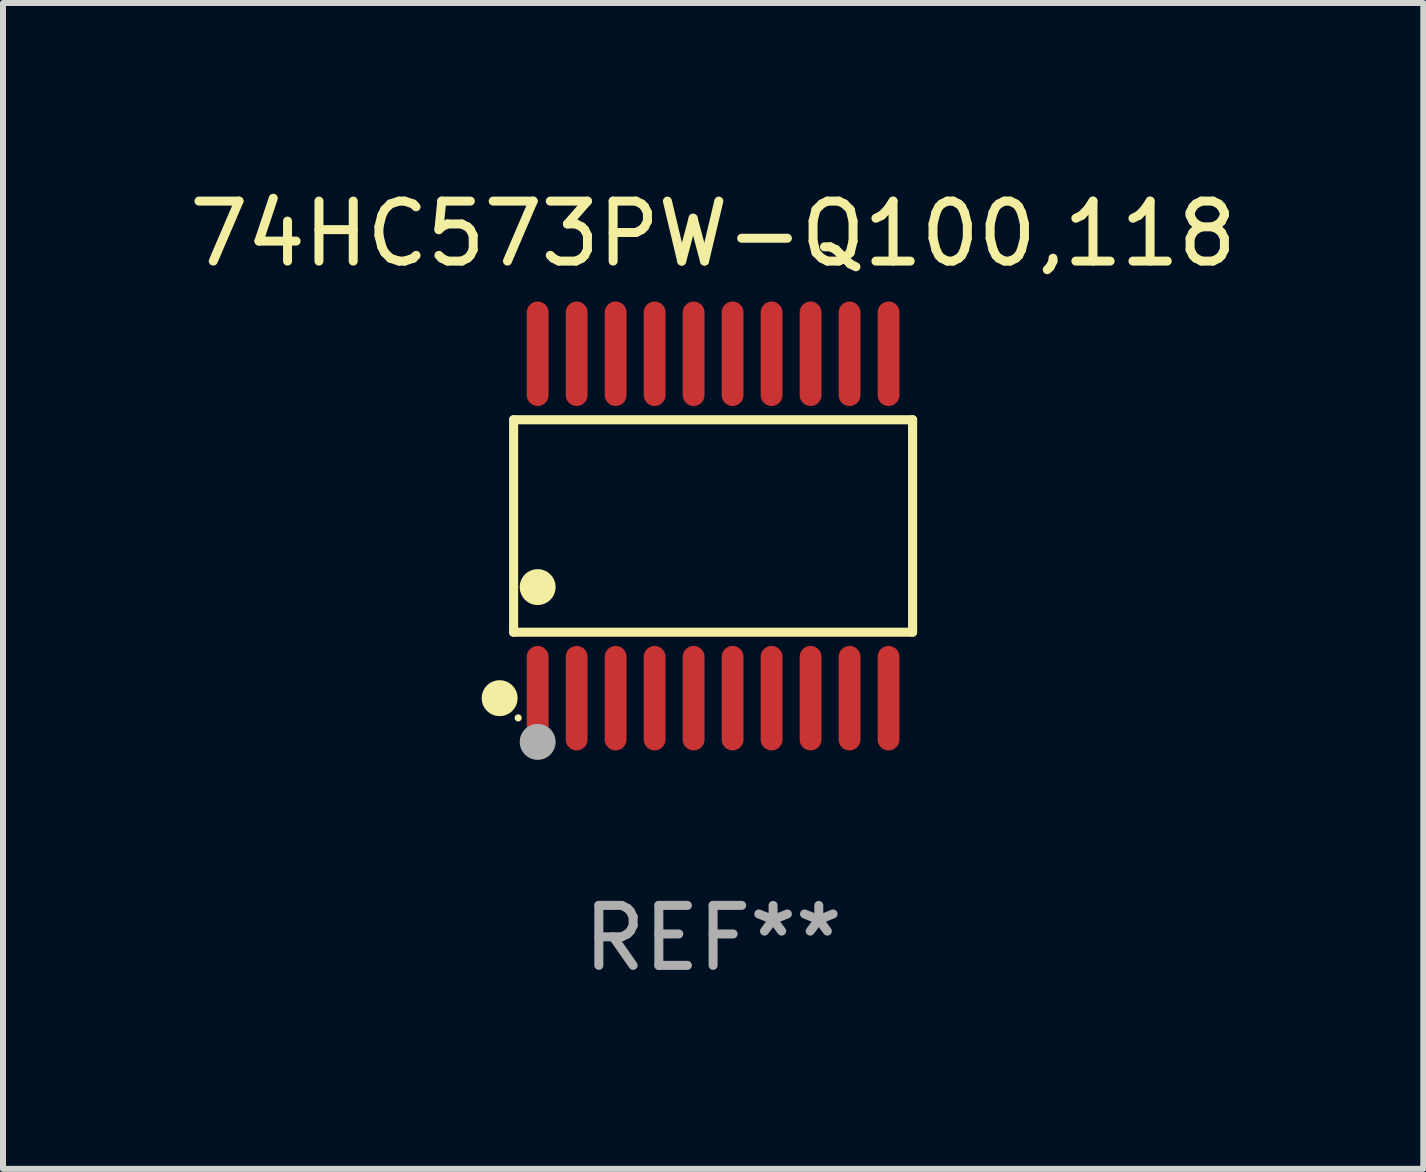
<source format=kicad_pcb>
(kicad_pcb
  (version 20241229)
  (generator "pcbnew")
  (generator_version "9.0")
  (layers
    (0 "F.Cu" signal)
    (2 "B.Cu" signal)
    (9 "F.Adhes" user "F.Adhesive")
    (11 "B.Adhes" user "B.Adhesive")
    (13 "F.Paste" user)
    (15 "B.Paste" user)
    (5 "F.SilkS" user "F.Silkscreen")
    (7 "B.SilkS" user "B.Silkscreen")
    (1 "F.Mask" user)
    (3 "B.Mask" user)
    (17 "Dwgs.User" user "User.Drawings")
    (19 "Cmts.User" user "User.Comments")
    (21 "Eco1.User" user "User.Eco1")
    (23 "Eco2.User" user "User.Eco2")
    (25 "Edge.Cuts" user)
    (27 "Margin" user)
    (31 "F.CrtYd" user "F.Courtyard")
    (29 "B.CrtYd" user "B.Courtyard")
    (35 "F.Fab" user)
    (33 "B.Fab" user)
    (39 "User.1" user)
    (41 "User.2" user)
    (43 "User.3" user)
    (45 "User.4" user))
  (footprint "74HC573PW-Q100,118"
    (layer "F.Cu")
    (at 8.839 5.719)
    (property "Reference" "74HC573PW-Q100,118" (at 0 -4.871 0) (layer "F.SilkS") (effects (font (size 1 1) (thickness 0.15))))
    (attr through_hole)
    (fp_line (start -3.326 -1.771) (end 3.326 -1.771) (stroke (width 0.152) (type solid)) (layer "F.SilkS"))
    (fp_line (start -3.326 1.771) (end -3.326 -1.771) (stroke (width 0.152) (type solid)) (layer "F.SilkS"))
    (fp_line (start 3.326 -1.771) (end 3.326 1.771) (stroke (width 0.152) (type solid)) (layer "F.SilkS"))
    (fp_line (start 3.326 1.771) (end -3.326 1.771) (stroke (width 0.152) (type solid)) (layer "F.SilkS"))
    (fp_circle (center -3.559 2.871) (end -3.409 2.871) (stroke (width 0.3) (type solid)) (fill no) (layer "F.SilkS"))
    (fp_circle (center -3.25 3.2) (end -3.22 3.2) (stroke (width 0.06) (type solid)) (fill no) (layer "F.SilkS"))
    (fp_circle (center -2.925 1.019) (end -2.775 1.019) (stroke (width 0.3) (type solid)) (fill no) (layer "F.SilkS"))
    (fp_circle (center -2.925 3.6) (end -2.775 3.6) (stroke (width 0.3) (type solid)) (fill no) (layer "F.Fab"))
    (fp_text user "REF**" (at 0 6.871 0) (layer "F.Fab") (effects (font (size 1 1) (thickness 0.15))))
    (pad "1" smd oval (at -2.925 2.871) (size 0.364 1.742) (layers "F.Cu" "F.Mask" "F.Paste"))
    (pad "2" smd oval (at -2.275 2.871) (size 0.364 1.742) (layers "F.Cu" "F.Mask" "F.Paste"))
    (pad "3" smd oval (at -1.625 2.871) (size 0.364 1.742) (layers "F.Cu" "F.Mask" "F.Paste"))
    (pad "4" smd oval (at -0.975 2.871) (size 0.364 1.742) (layers "F.Cu" "F.Mask" "F.Paste"))
    (pad "5" smd oval (at -0.325 2.871) (size 0.364 1.742) (layers "F.Cu" "F.Mask" "F.Paste"))
    (pad "6" smd oval (at 0.325 2.871) (size 0.364 1.742) (layers "F.Cu" "F.Mask" "F.Paste"))
    (pad "7" smd oval (at 0.975 2.871) (size 0.364 1.742) (layers "F.Cu" "F.Mask" "F.Paste"))
    (pad "8" smd oval (at 1.625 2.871) (size 0.364 1.742) (layers "F.Cu" "F.Mask" "F.Paste"))
    (pad "9" smd oval (at 2.275 2.871) (size 0.364 1.742) (layers "F.Cu" "F.Mask" "F.Paste"))
    (pad "10" smd oval (at 2.925 2.871) (size 0.364 1.742) (layers "F.Cu" "F.Mask" "F.Paste"))
    (pad "11" smd oval (at 2.925 -2.871) (size 0.364 1.742) (layers "F.Cu" "F.Mask" "F.Paste"))
    (pad "12" smd oval (at 2.275 -2.871) (size 0.364 1.742) (layers "F.Cu" "F.Mask" "F.Paste"))
    (pad "13" smd oval (at 1.625 -2.871) (size 0.364 1.742) (layers "F.Cu" "F.Mask" "F.Paste"))
    (pad "14" smd oval (at 0.975 -2.871) (size 0.364 1.742) (layers "F.Cu" "F.Mask" "F.Paste"))
    (pad "15" smd oval (at 0.325 -2.871) (size 0.364 1.742) (layers "F.Cu" "F.Mask" "F.Paste"))
    (pad "16" smd oval (at -0.325 -2.871) (size 0.364 1.742) (layers "F.Cu" "F.Mask" "F.Paste"))
    (pad "17" smd oval (at -0.975 -2.871) (size 0.364 1.742) (layers "F.Cu" "F.Mask" "F.Paste"))
    (pad "18" smd oval (at -1.625 -2.871) (size 0.364 1.742) (layers "F.Cu" "F.Mask" "F.Paste"))
    (pad "19" smd oval (at -2.275 -2.871) (size 0.364 1.742) (layers "F.Cu" "F.Mask" "F.Paste"))
    (pad "20" smd oval (at -2.925 -2.871) (size 0.364 1.742) (layers "F.Cu" "F.Mask" "F.Paste")))
  (gr_rect
    (start -3 -3)
    (end 20.679 16.438)
    (stroke (width 0.1) (type default))
    (fill no)
    (layer "Edge.Cuts")))
</source>
